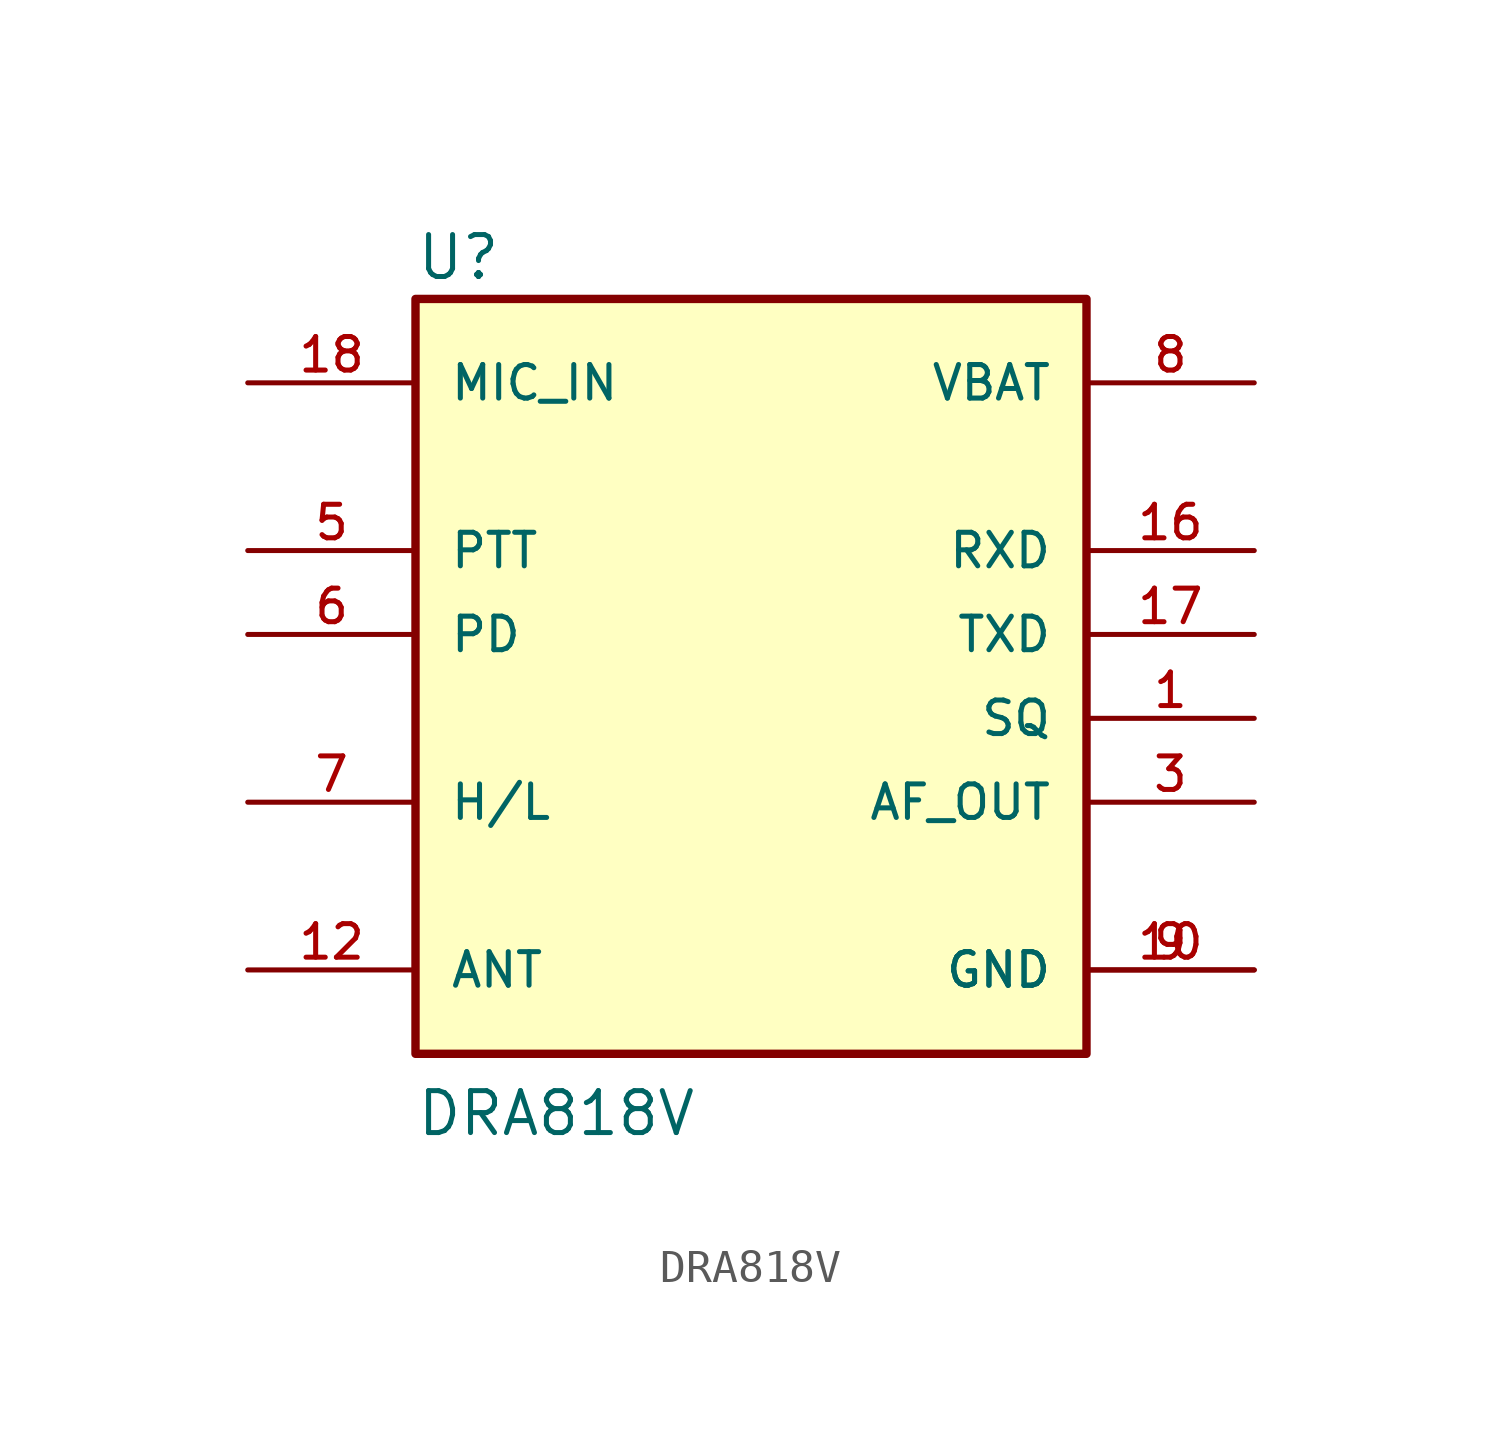
<source format=kicad_sym>
(kicad_symbol_lib
  (version 20211014)
  (generator kicad_symbol_editor)
  (symbol "DRA818V"
    (pin_names
      (offset 1.016))
    (property "Reference" "U"
      (at -10.166 13.216 0)
      (effects (font (size 1.27 1.27)) (justify bottom left)))
    (property "Value" "DRA818V"
      (at -10.166 -12.708 0)
      (effects (font (size 1.27 1.27)) (justify bottom left)))
    (symbol "DRA818V_0_0"
      (rectangle (start -10.16 -10.16) (end 10.16 12.7) (stroke (width 0.254)) (fill (type background)))
      (pin output line (at 15.24 0.0 180.0) (length 5.08) (name "SQ" (effects (font (size 1.016 1.016)))) (number "1" (effects (font (size 1.016 1.016)))))
      (pin input line (at -15.24 5.08 0) (length 5.08) (name "PTT" (effects (font (size 1.016 1.016)))) (number "5" (effects (font (size 1.016 1.016)))))
      (pin output line (at 15.24 -2.54 180.0) (length 5.08) (name "AF_OUT" (effects (font (size 1.016 1.016)))) (number "3" (effects (font (size 1.016 1.016)))))
      (pin input line (at -15.24 2.54 0) (length 5.08) (name "PD" (effects (font (size 1.016 1.016)))) (number "6" (effects (font (size 1.016 1.016)))))
      (pin input line (at -15.24 -2.54 0) (length 5.08) (name "H/L" (effects (font (size 1.016 1.016)))) (number "7" (effects (font (size 1.016 1.016)))))
      (pin power_in line (at 15.24 10.16 180.0) (length 5.08) (name "VBAT" (effects (font (size 1.016 1.016)))) (number "8" (effects (font (size 1.016 1.016)))))
      (pin power_in line (at 15.24 -7.62 180.0) (length 5.08) (name "GND" (effects (font (size 1.016 1.016)))) (number "9" (effects (font (size 1.016 1.016)))))
      (pin power_in line (at 15.24 -7.62 180.0) (length 5.08) (name "GND" (effects (font (size 1.016 1.016)))) (number "10" (effects (font (size 1.016 1.016)))))
      (pin passive line (at -15.24 -7.62 0) (length 5.08) (name "ANT" (effects (font (size 1.016 1.016)))) (number "12" (effects (font (size 1.016 1.016)))))
      (pin input line (at 15.24 5.08 180.0) (length 5.08) (name "RXD" (effects (font (size 1.016 1.016)))) (number "16" (effects (font (size 1.016 1.016)))))
      (pin output line (at 15.24 2.54 180.0) (length 5.08) (name "TXD" (effects (font (size 1.016 1.016)))) (number "17" (effects (font (size 1.016 1.016)))))
      (pin input line (at -15.24 10.16 0) (length 5.08) (name "MIC_IN" (effects (font (size 1.016 1.016)))) (number "18" (effects (font (size 1.016 1.016))))))))
</source>
